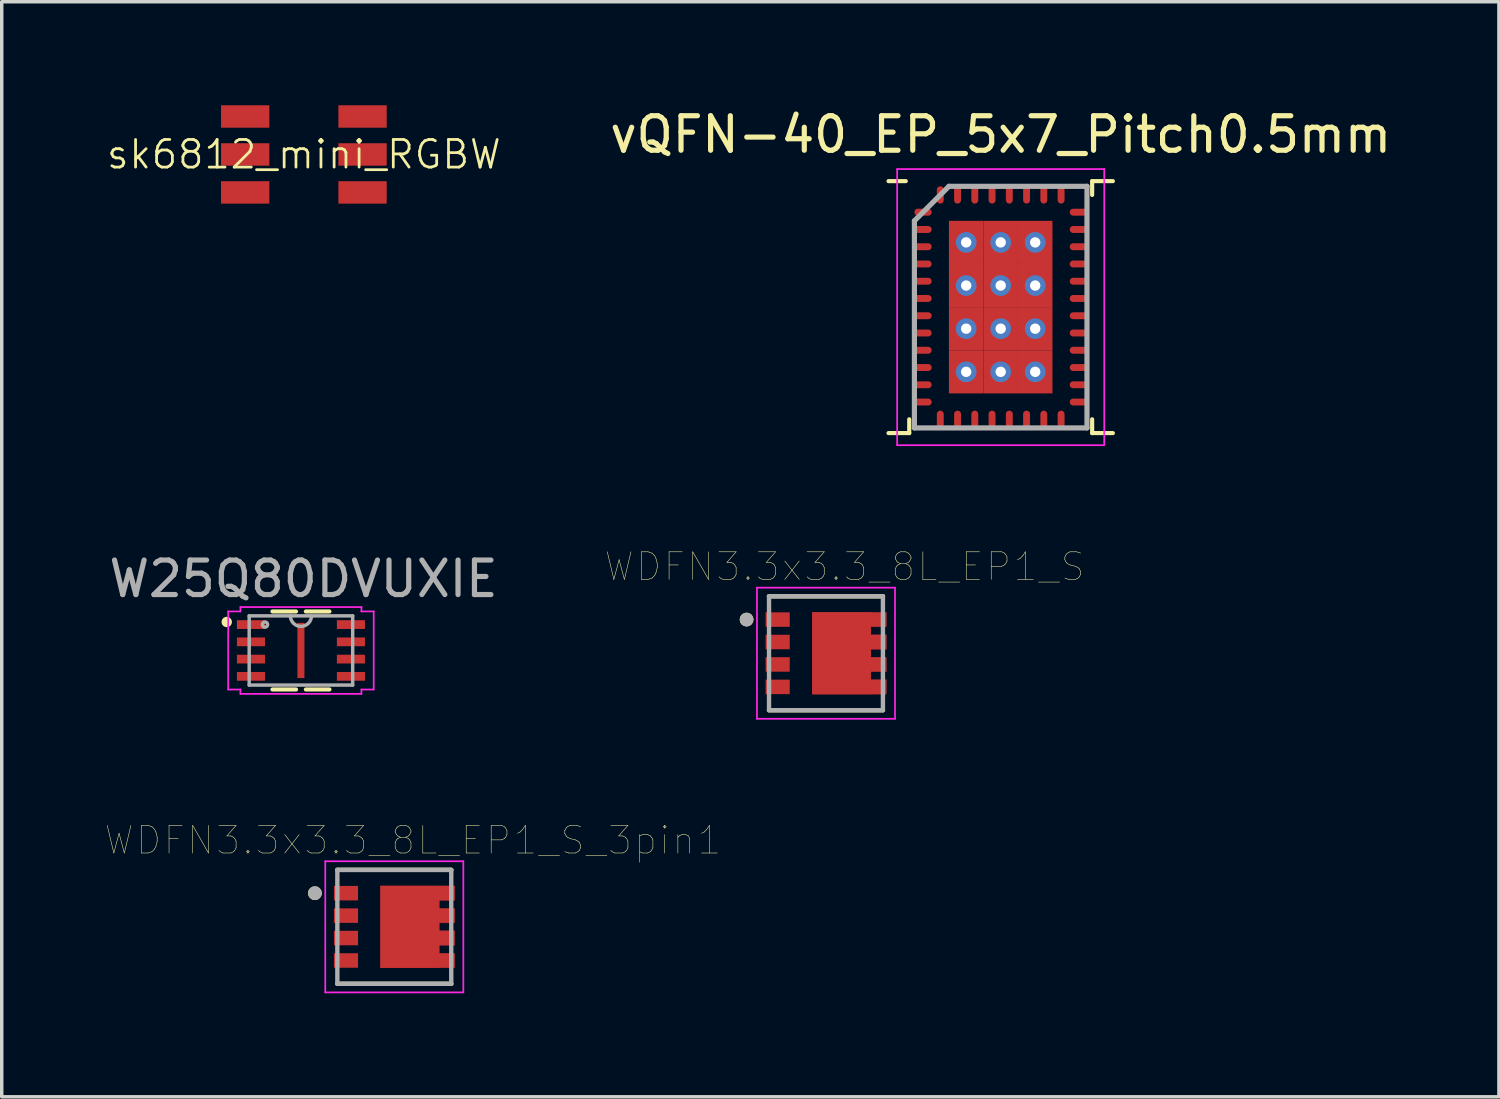
<source format=kicad_pcb>
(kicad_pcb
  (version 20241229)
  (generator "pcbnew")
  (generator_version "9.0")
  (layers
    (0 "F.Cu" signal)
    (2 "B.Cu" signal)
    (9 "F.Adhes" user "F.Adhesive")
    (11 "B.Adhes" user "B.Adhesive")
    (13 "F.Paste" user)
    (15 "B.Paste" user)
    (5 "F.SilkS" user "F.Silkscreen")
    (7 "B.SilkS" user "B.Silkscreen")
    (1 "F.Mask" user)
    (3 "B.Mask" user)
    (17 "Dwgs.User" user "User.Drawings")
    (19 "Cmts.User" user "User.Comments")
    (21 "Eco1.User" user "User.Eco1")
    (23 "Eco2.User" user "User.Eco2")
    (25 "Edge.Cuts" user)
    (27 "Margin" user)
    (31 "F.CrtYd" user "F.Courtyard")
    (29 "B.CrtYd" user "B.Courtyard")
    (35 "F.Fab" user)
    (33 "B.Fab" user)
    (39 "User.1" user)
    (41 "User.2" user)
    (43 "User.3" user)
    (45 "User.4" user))
  (footprint "WDFN3.3x3.3_8L_EP1_S_3pin1"
    (layer "F.Cu")
    (at 8.374 23.803)
    (property "Reference" "WDFN3.3x3.3_8L_EP1_S_3pin1" (at 0.54 -2.508 0) (layer "F.SilkS") (effects (font (size 0.8 0.8) (thickness 0.015))))
    (attr smd)
    (fp_poly (pts (xy -0.4 -1.185) (xy 1.75 -1.185) (xy 1.75 -0.765) (xy 1.3 -0.765) (xy 1.3 -0.535) (xy 1.75 -0.535) (xy 1.75 -0.115) (xy 1.3 -0.115) (xy 1.3 0.115) (xy 1.75 0.115) (xy 1.75 0.535) (xy 1.3 0.535) (xy 1.3 0.765) (xy 1.75 0.765) (xy 1.75 1.185) (xy -0.4 1.185)) (stroke (width 0.01) (type solid)) (fill yes) (layer "F.Cu"))
    (fp_poly (pts (xy -0.5 -1.285) (xy 1.85 -1.285) (xy 1.85 -0.665) (xy 1.4 -0.665) (xy 1.4 -0.635) (xy 1.85 -0.635) (xy 1.85 -0.015) (xy 1.4 -0.015) (xy 1.4 0.015) (xy 1.85 0.015) (xy 1.85 0.635) (xy 1.4 0.635) (xy 1.4 0.665) (xy 1.85 0.665) (xy 1.85 1.285) (xy -0.5 1.285)) (stroke (width 0.01) (type solid)) (fill yes) (layer "F.Mask"))
    (fp_line (start -1.65 -1.65) (end 1.65 -1.65) (stroke (width 0.127) (type solid)) (layer "F.SilkS"))
    (fp_line (start 1.65 1.65) (end -1.65 1.65) (stroke (width 0.127) (type solid)) (layer "F.SilkS"))
    (fp_circle (center -2.3 -0.975) (end -2.2 -0.975) (stroke (width 0.2) (type solid)) (fill no) (layer "F.SilkS"))
    (fp_poly (pts (xy -0.085 0.745) (xy -0.085 -0.745) (xy 0.985 -0.745) (xy 0.985 0.745)) (stroke (width 0.01) (type solid)) (fill yes) (layer "F.Paste"))
    (fp_poly (pts (xy 1.75 -1.185) (xy 1.75 -0.765) (xy 1.31 -0.765) (xy 1.31 -1.185)) (stroke (width 0.01) (type solid)) (fill yes) (layer "F.Paste"))
    (fp_poly (pts (xy 1.75 -0.535) (xy 1.75 -0.115) (xy 1.31 -0.115) (xy 1.31 -0.535)) (stroke (width 0.01) (type solid)) (fill yes) (layer "F.Paste"))
    (fp_poly (pts (xy 1.75 0.115) (xy 1.75 0.535) (xy 1.31 0.535) (xy 1.31 0.115)) (stroke (width 0.01) (type solid)) (fill yes) (layer "F.Paste"))
    (fp_poly (pts (xy 1.75 0.765) (xy 1.75 1.185) (xy 1.31 1.185) (xy 1.31 0.765)) (stroke (width 0.01) (type solid)) (fill yes) (layer "F.Paste"))
    (fp_line (start -2 -1.9) (end 2 -1.9) (stroke (width 0.05) (type solid)) (layer "F.CrtYd"))
    (fp_line (start -2 1.9) (end -2 -1.9) (stroke (width 0.05) (type solid)) (layer "F.CrtYd"))
    (fp_line (start 2 -1.9) (end 2 1.9) (stroke (width 0.05) (type solid)) (layer "F.CrtYd"))
    (fp_line (start 2 1.9) (end -2 1.9) (stroke (width 0.05) (type solid)) (layer "F.CrtYd"))
    (fp_line (start -1.65 -1.65) (end 1.65 -1.65) (stroke (width 0.127) (type solid)) (layer "F.Fab"))
    (fp_line (start -1.65 1.65) (end -1.65 -1.65) (stroke (width 0.127) (type solid)) (layer "F.Fab"))
    (fp_line (start 1.65 -1.65) (end 1.65 1.65) (stroke (width 0.127) (type solid)) (layer "F.Fab"))
    (fp_line (start 1.65 1.65) (end -1.65 1.65) (stroke (width 0.127) (type solid)) (layer "F.Fab"))
    (fp_circle (center -2.3 -0.975) (end -2.2 -0.975) (stroke (width 0.2) (type solid)) (fill no) (layer "F.Fab"))
    (pad "1" smd rect (at -1.4 -0.975) (size 0.7 0.42) (layers "F.Cu" "F.Mask" "F.Paste"))
    (pad "1" smd rect (at -1.4 -0.325) (size 0.7 0.42) (layers "F.Cu" "F.Mask" "F.Paste"))
    (pad "1" smd rect (at -1.4 0.325) (size 0.7 0.42) (layers "F.Cu" "F.Mask" "F.Paste"))
    (pad "2" smd rect (at -1.4 0.975) (size 0.7 0.42) (layers "F.Cu" "F.Mask" "F.Paste"))
    (pad "3" smd rect (at 0.45 0) (size 1.7 2.37) (layers "F.Cu")))
  (footprint "vQFN-40_EP_5x7_Pitch0.5mm"
    (layer "F.Cu")
    (at 25.943 5.848)
    (property "Reference" "vQFN-40_EP_5x7_Pitch0.5mm" (at 0 -5 0) (layer "F.SilkS") (effects (font (size 1 1) (thickness 0.15))))
    (attr smd)
    (fp_line (start -3.25 -3.65) (end -2.75 -3.65) (stroke (width 0.12) (type solid)) (layer "F.SilkS"))
    (fp_line (start -3.25 3.65) (end -2.65 3.65) (stroke (width 0.12) (type solid)) (layer "F.SilkS"))
    (fp_line (start -2.65 3.65) (end -2.65 3.25) (stroke (width 0.12) (type solid)) (layer "F.SilkS"))
    (fp_line (start 2.65 -3.65) (end 2.65 -3.25) (stroke (width 0.12) (type solid)) (layer "F.SilkS"))
    (fp_line (start 2.65 3.65) (end 2.65 3.25) (stroke (width 0.12) (type solid)) (layer "F.SilkS"))
    (fp_line (start 3.25 -3.65) (end 2.65 -3.65) (stroke (width 0.12) (type solid)) (layer "F.SilkS"))
    (fp_line (start 3.25 3.65) (end 2.65 3.65) (stroke (width 0.12) (type solid)) (layer "F.SilkS"))
    (fp_poly (pts (xy -0.23 -0.155) (xy -1.335 -0.155) (xy -1.335 -2.33) (xy -0.23 -2.33)) (stroke (width 0.1) (type solid)) (fill yes) (layer "F.Paste"))
    (fp_poly (pts (xy -0.23 2.33) (xy -1.335 2.33) (xy -1.335 0.155) (xy -0.23 0.155)) (stroke (width 0.1) (type solid)) (fill yes) (layer "F.Paste"))
    (fp_poly (pts (xy 1.34 -0.155) (xy 0.235 -0.155) (xy 0.235 -2.33) (xy 1.34 -2.33)) (stroke (width 0.1) (type solid)) (fill yes) (layer "F.Paste"))
    (fp_poly (pts (xy 1.34 2.33) (xy 0.235 2.33) (xy 0.235 0.155) (xy 1.34 0.155)) (stroke (width 0.1) (type solid)) (fill yes) (layer "F.Paste"))
    (fp_line (start -3 -4) (end 3 -4) (stroke (width 0.05) (type solid)) (layer "F.CrtYd"))
    (fp_line (start -3 4) (end -3 -4) (stroke (width 0.05) (type solid)) (layer "F.CrtYd"))
    (fp_line (start 3 -4) (end 3 4) (stroke (width 0.05) (type solid)) (layer "F.CrtYd"))
    (fp_line (start 3 4) (end -3 4) (stroke (width 0.05) (type solid)) (layer "F.CrtYd"))
    (fp_line (start -2.5 -2.5) (end -2.5 3.5) (stroke (width 0.15) (type solid)) (layer "F.Fab"))
    (fp_line (start -2.5 3.5) (end 2.5 3.5) (stroke (width 0.15) (type solid)) (layer "F.Fab"))
    (fp_line (start -1.5 -3.5) (end -2.5 -2.5) (stroke (width 0.15) (type solid)) (layer "F.Fab"))
    (fp_line (start 2.5 -3.5) (end -1.5 -3.5) (stroke (width 0.15) (type solid)) (layer "F.Fab"))
    (fp_line (start 2.5 3.5) (end 2.5 -3.5) (stroke (width 0.15) (type solid)) (layer "F.Fab"))
    (pad "1" smd oval (at -2.25 -2.75 90) (size 0.2 0.5) (layers "F.Cu" "F.Mask" "F.Paste"))
    (pad "2" smd oval (at -2.25 -2.25 90) (size 0.2 0.5) (layers "F.Cu" "F.Mask" "F.Paste"))
    (pad "3" smd oval (at -2.25 -1.75 90) (size 0.2 0.5) (layers "F.Cu" "F.Mask" "F.Paste"))
    (pad "4" smd oval (at -2.25 -1.25 90) (size 0.2 0.5) (layers "F.Cu" "F.Mask" "F.Paste"))
    (pad "5" smd oval (at -2.25 -0.75 90) (size 0.2 0.5) (layers "F.Cu" "F.Mask" "F.Paste"))
    (pad "6" smd oval (at -2.25 -0.25 90) (size 0.2 0.5) (layers "F.Cu" "F.Mask" "F.Paste"))
    (pad "7" smd oval (at -2.25 0.25 90) (size 0.2 0.5) (layers "F.Cu" "F.Mask" "F.Paste"))
    (pad "8" smd oval (at -2.25 0.75 90) (size 0.2 0.5) (layers "F.Cu" "F.Mask" "F.Paste"))
    (pad "9" smd oval (at -2.25 1.25 90) (size 0.2 0.5) (layers "F.Cu" "F.Mask" "F.Paste"))
    (pad "10" smd oval (at -2.25 1.75 90) (size 0.2 0.5) (layers "F.Cu" "F.Mask" "F.Paste"))
    (pad "11" smd oval (at -2.25 2.25 90) (size 0.2 0.5) (layers "F.Cu" "F.Mask" "F.Paste"))
    (pad "12" smd oval (at -2.25 2.75 90) (size 0.2 0.5) (layers "F.Cu" "F.Mask" "F.Paste"))
    (pad "13" smd oval (at -1.75 3.25) (size 0.2 0.5) (layers "F.Cu" "F.Mask" "F.Paste"))
    (pad "14" smd oval (at -1.25 3.25) (size 0.2 0.5) (layers "F.Cu" "F.Mask" "F.Paste"))
    (pad "15" smd oval (at -0.75 3.25) (size 0.2 0.5) (layers "F.Cu" "F.Mask" "F.Paste"))
    (pad "16" smd oval (at -0.25 3.25) (size 0.2 0.5) (layers "F.Cu" "F.Mask" "F.Paste"))
    (pad "17" smd oval (at 0.25 3.25) (size 0.2 0.5) (layers "F.Cu" "F.Mask" "F.Paste"))
    (pad "18" smd oval (at 0.75 3.25) (size 0.2 0.5) (layers "F.Cu" "F.Mask" "F.Paste"))
    (pad "19" smd oval (at 1.25 3.25) (size 0.2 0.5) (layers "F.Cu" "F.Mask" "F.Paste"))
    (pad "20" smd oval (at 1.75 3.25) (size 0.2 0.5) (layers "F.Cu" "F.Mask" "F.Paste"))
    (pad "21" smd oval (at 2.25 2.75 90) (size 0.2 0.5) (layers "F.Cu" "F.Mask" "F.Paste"))
    (pad "22" smd oval (at 2.25 2.25 90) (size 0.2 0.5) (layers "F.Cu" "F.Mask" "F.Paste"))
    (pad "23" smd oval (at 2.25 1.75 90) (size 0.2 0.5) (layers "F.Cu" "F.Mask" "F.Paste"))
    (pad "24" smd oval (at 2.25 1.25 90) (size 0.2 0.5) (layers "F.Cu" "F.Mask" "F.Paste"))
    (pad "25" smd oval (at 2.25 0.75 90) (size 0.2 0.5) (layers "F.Cu" "F.Mask" "F.Paste"))
    (pad "26" smd oval (at 2.25 0.25 90) (size 0.2 0.5) (layers "F.Cu" "F.Mask" "F.Paste"))
    (pad "27" smd oval (at 2.25 -0.25 90) (size 0.2 0.5) (layers "F.Cu" "F.Mask" "F.Paste"))
    (pad "28" smd oval (at 2.25 -0.75 90) (size 0.2 0.5) (layers "F.Cu" "F.Mask" "F.Paste"))
    (pad "29" smd oval (at 2.25 -1.25 90) (size 0.2 0.5) (layers "F.Cu" "F.Mask" "F.Paste"))
    (pad "30" smd oval (at 2.25 -1.75 90) (size 0.2 0.5) (layers "F.Cu" "F.Mask" "F.Paste"))
    (pad "31" smd oval (at 2.25 -2.25 90) (size 0.2 0.5) (layers "F.Cu" "F.Mask" "F.Paste"))
    (pad "32" smd oval (at 2.25 -2.75 90) (size 0.2 0.5) (layers "F.Cu" "F.Mask" "F.Paste"))
    (pad "33" smd oval (at 1.75 -3.25) (size 0.2 0.5) (layers "F.Cu" "F.Mask" "F.Paste"))
    (pad "34" smd oval (at 1.25 -3.25) (size 0.2 0.5) (layers "F.Cu" "F.Mask" "F.Paste"))
    (pad "35" smd oval (at 0.75 -3.25) (size 0.2 0.5) (layers "F.Cu" "F.Mask" "F.Paste"))
    (pad "36" smd oval (at 0.25 -3.25) (size 0.2 0.5) (layers "F.Cu" "F.Mask" "F.Paste"))
    (pad "37" smd oval (at -0.25 -3.25) (size 0.2 0.5) (layers "F.Cu" "F.Mask" "F.Paste"))
    (pad "38" smd oval (at -0.75 -3.25) (size 0.2 0.5) (layers "F.Cu" "F.Mask" "F.Paste"))
    (pad "39" smd oval (at -1.25 -3.25) (size 0.2 0.5) (layers "F.Cu" "F.Mask" "F.Paste"))
    (pad "40" smd oval (at -1.75 -3.25) (size 0.2 0.5) (layers "F.Cu" "F.Mask" "F.Paste"))
    (pad "EPAD" thru_hole circle (at -1 -1.875) (size 0.6 0.6) (drill 0.3) (layers "*.Cu" "*.Mask"))
    (pad "EPAD" smd rect (at -1 -1.875) (size 1 1.25) (layers "F.Cu" "F.Mask" "F.Paste"))
    (pad "EPAD" thru_hole circle (at -1 -0.625) (size 0.6 0.6) (drill 0.3) (layers "*.Cu" "*.Mask"))
    (pad "EPAD" smd rect (at -1 -0.625) (size 1 1.25) (layers "F.Cu" "F.Mask" "F.Paste"))
    (pad "EPAD" thru_hole circle (at -1 0.625) (size 0.6 0.6) (drill 0.3) (layers "*.Cu" "*.Mask"))
    (pad "EPAD" smd rect (at -1 0.625) (size 1 1.25) (layers "F.Cu" "F.Mask" "F.Paste"))
    (pad "EPAD" thru_hole circle (at -1 1.875) (size 0.6 0.6) (drill 0.3) (layers "*.Cu" "*.Mask"))
    (pad "EPAD" smd rect (at -1 1.875) (size 1 1.25) (layers "F.Cu" "F.Mask" "F.Paste"))
    (pad "EPAD" thru_hole circle (at 0 -1.875) (size 0.6 0.6) (drill 0.3) (layers "*.Cu" "*.Mask"))
    (pad "EPAD" smd rect (at 0 -1.875) (size 1 1.25) (layers "F.Cu" "F.Mask" "F.Paste"))
    (pad "EPAD" thru_hole circle (at 0 -0.625) (size 0.6 0.6) (drill 0.3) (layers "*.Cu" "*.Mask"))
    (pad "EPAD" smd rect (at 0 -0.625) (size 1 1.25) (layers "F.Cu" "F.Mask" "F.Paste"))
    (pad "EPAD" thru_hole circle (at 0 0.625) (size 0.6 0.6) (drill 0.3) (layers "*.Cu" "*.Mask"))
    (pad "EPAD" smd rect (at 0 0.625) (size 1 1.25) (layers "F.Cu" "F.Mask" "F.Paste"))
    (pad "EPAD" thru_hole circle (at 0 1.875) (size 0.6 0.6) (drill 0.3) (layers "*.Cu" "*.Mask"))
    (pad "EPAD" smd rect (at 0 1.875) (size 1 1.25) (layers "F.Cu" "F.Mask" "F.Paste"))
    (pad "EPAD" thru_hole circle (at 1 -1.875) (size 0.6 0.6) (drill 0.3) (layers "*.Cu" "*.Mask"))
    (pad "EPAD" smd rect (at 1 -1.875) (size 1 1.25) (layers "F.Cu" "F.Mask" "F.Paste"))
    (pad "EPAD" thru_hole circle (at 1 -0.625) (size 0.6 0.6) (drill 0.3) (layers "*.Cu" "*.Mask"))
    (pad "EPAD" smd rect (at 1 -0.625) (size 1 1.25) (layers "F.Cu" "F.Mask" "F.Paste"))
    (pad "EPAD" thru_hole circle (at 1 0.625) (size 0.6 0.6) (drill 0.3) (layers "*.Cu" "*.Mask"))
    (pad "EPAD" smd rect (at 1 0.625) (size 1 1.25) (layers "F.Cu" "F.Mask" "F.Paste"))
    (pad "EPAD" thru_hole circle (at 1 1.875) (size 0.6 0.6) (drill 0.3) (layers "*.Cu" "*.Mask"))
    (pad "EPAD" smd rect (at 1 1.875) (size 1 1.25) (layers "F.Cu" "F.Mask" "F.Paste")))
  (footprint "WDFN3.3x3.3_8L_EP1_S"
    (layer "F.Cu")
    (at 20.881 15.876)
    (property "Reference" "WDFN3.3x3.3_8L_EP1_S" (at 0.54 -2.508 0) (layer "F.SilkS") (effects (font (size 0.8 0.8) (thickness 0.015))))
    (attr smd)
    (fp_poly (pts (xy -0.4 -1.185) (xy 1.75 -1.185) (xy 1.75 -0.765) (xy 1.3 -0.765) (xy 1.3 -0.535) (xy 1.75 -0.535) (xy 1.75 -0.115) (xy 1.3 -0.115) (xy 1.3 0.115) (xy 1.75 0.115) (xy 1.75 0.535) (xy 1.3 0.535) (xy 1.3 0.765) (xy 1.75 0.765) (xy 1.75 1.185) (xy -0.4 1.185)) (stroke (width 0.01) (type solid)) (fill yes) (layer "F.Cu"))
    (fp_poly (pts (xy -0.5 -1.285) (xy 1.85 -1.285) (xy 1.85 -0.665) (xy 1.4 -0.665) (xy 1.4 -0.635) (xy 1.85 -0.635) (xy 1.85 -0.015) (xy 1.4 -0.015) (xy 1.4 0.015) (xy 1.85 0.015) (xy 1.85 0.635) (xy 1.4 0.635) (xy 1.4 0.665) (xy 1.85 0.665) (xy 1.85 1.285) (xy -0.5 1.285)) (stroke (width 0.01) (type solid)) (fill yes) (layer "F.Mask"))
    (fp_line (start -1.65 -1.65) (end 1.65 -1.65) (stroke (width 0.127) (type solid)) (layer "F.SilkS"))
    (fp_line (start 1.65 1.65) (end -1.65 1.65) (stroke (width 0.127) (type solid)) (layer "F.SilkS"))
    (fp_circle (center -2.3 -0.975) (end -2.2 -0.975) (stroke (width 0.2) (type solid)) (fill no) (layer "F.SilkS"))
    (fp_poly (pts (xy -0.085 0.745) (xy -0.085 -0.745) (xy 0.985 -0.745) (xy 0.985 0.745)) (stroke (width 0.01) (type solid)) (fill yes) (layer "F.Paste"))
    (fp_poly (pts (xy 1.75 -1.185) (xy 1.75 -0.765) (xy 1.31 -0.765) (xy 1.31 -1.185)) (stroke (width 0.01) (type solid)) (fill yes) (layer "F.Paste"))
    (fp_poly (pts (xy 1.75 -0.535) (xy 1.75 -0.115) (xy 1.31 -0.115) (xy 1.31 -0.535)) (stroke (width 0.01) (type solid)) (fill yes) (layer "F.Paste"))
    (fp_poly (pts (xy 1.75 0.115) (xy 1.75 0.535) (xy 1.31 0.535) (xy 1.31 0.115)) (stroke (width 0.01) (type solid)) (fill yes) (layer "F.Paste"))
    (fp_poly (pts (xy 1.75 0.765) (xy 1.75 1.185) (xy 1.31 1.185) (xy 1.31 0.765)) (stroke (width 0.01) (type solid)) (fill yes) (layer "F.Paste"))
    (fp_line (start -2 -1.9) (end 2 -1.9) (stroke (width 0.05) (type solid)) (layer "F.CrtYd"))
    (fp_line (start -2 1.9) (end -2 -1.9) (stroke (width 0.05) (type solid)) (layer "F.CrtYd"))
    (fp_line (start 2 -1.9) (end 2 1.9) (stroke (width 0.05) (type solid)) (layer "F.CrtYd"))
    (fp_line (start 2 1.9) (end -2 1.9) (stroke (width 0.05) (type solid)) (layer "F.CrtYd"))
    (fp_line (start -1.65 -1.65) (end 1.65 -1.65) (stroke (width 0.127) (type solid)) (layer "F.Fab"))
    (fp_line (start -1.65 1.65) (end -1.65 -1.65) (stroke (width 0.127) (type solid)) (layer "F.Fab"))
    (fp_line (start 1.65 -1.65) (end 1.65 1.65) (stroke (width 0.127) (type solid)) (layer "F.Fab"))
    (fp_line (start 1.65 1.65) (end -1.65 1.65) (stroke (width 0.127) (type solid)) (layer "F.Fab"))
    (fp_circle (center -2.3 -0.975) (end -2.2 -0.975) (stroke (width 0.2) (type solid)) (fill no) (layer "F.Fab"))
    (pad "1" smd rect (at -1.4 -0.975) (size 0.7 0.42) (layers "F.Cu" "F.Mask" "F.Paste"))
    (pad "2" smd rect (at -1.4 -0.325) (size 0.7 0.42) (layers "F.Cu" "F.Mask" "F.Paste"))
    (pad "3" smd rect (at -1.4 0.325) (size 0.7 0.42) (layers "F.Cu" "F.Mask" "F.Paste"))
    (pad "4" smd rect (at -1.4 0.975) (size 0.7 0.42) (layers "F.Cu" "F.Mask" "F.Paste"))
    (pad "5" smd rect (at 0.45 0) (size 1.7 2.37) (layers "F.Cu")))
  (footprint "W25Q80DVUXIE"
    (layer "F.Cu")
    (at 5.669 15.796)
    (property "Reference" "W25Q80DVUXIE" (at 0.075 -2.075 0) (layer "F.Fab") (effects (font (size 1 1) (thickness 0.15))))
    (attr through_hole)
    (fp_line (start -0.825 1.13) (end -0.143 1.13) (stroke (width 0.12) (type solid)) (layer "F.SilkS"))
    (fp_line (start -0.143 -1.13) (end -0.825 -1.13) (stroke (width 0.12) (type solid)) (layer "F.SilkS"))
    (fp_line (start 0.143 1.13) (end 0.825 1.13) (stroke (width 0.12) (type solid)) (layer "F.SilkS"))
    (fp_line (start 0.825 -1.13) (end 0.143 -1.13) (stroke (width 0.12) (type solid)) (layer "F.SilkS"))
    (fp_circle (center -2.15 -0.825) (end -2.06 -0.825) (stroke (width 0.12) (type solid)) (fill yes) (layer "F.SilkS"))
    (fp_line (start -2.108 -1.131) (end -1.753 -1.131) (stroke (width 0.05) (type solid)) (layer "F.CrtYd"))
    (fp_line (start -2.108 1.131) (end -2.108 -1.131) (stroke (width 0.05) (type solid)) (layer "F.CrtYd"))
    (fp_line (start -2.108 1.131) (end -1.753 1.131) (stroke (width 0.05) (type solid)) (layer "F.CrtYd"))
    (fp_line (start -1.753 -1.257) (end 1.753 -1.257) (stroke (width 0.05) (type solid)) (layer "F.CrtYd"))
    (fp_line (start -1.753 -1.131) (end -1.753 -1.257) (stroke (width 0.05) (type solid)) (layer "F.CrtYd"))
    (fp_line (start -1.753 1.257) (end -1.753 1.131) (stroke (width 0.05) (type solid)) (layer "F.CrtYd"))
    (fp_line (start 1.753 -1.257) (end 1.753 -1.131) (stroke (width 0.05) (type solid)) (layer "F.CrtYd"))
    (fp_line (start 1.753 1.131) (end 1.753 1.257) (stroke (width 0.05) (type solid)) (layer "F.CrtYd"))
    (fp_line (start 1.753 1.257) (end -1.753 1.257) (stroke (width 0.05) (type solid)) (layer "F.CrtYd"))
    (fp_line (start 2.108 -1.131) (end 1.753 -1.131) (stroke (width 0.05) (type solid)) (layer "F.CrtYd"))
    (fp_line (start 2.108 -1.131) (end 2.108 1.131) (stroke (width 0.05) (type solid)) (layer "F.CrtYd"))
    (fp_line (start 2.108 1.131) (end 1.753 1.131) (stroke (width 0.05) (type solid)) (layer "F.CrtYd"))
    (fp_line (start -1.499 -1.003) (end -1.499 1.003) (stroke (width 0.1) (type solid)) (layer "F.Fab"))
    (fp_line (start -1.499 1.003) (end 1.499 1.003) (stroke (width 0.1) (type solid)) (layer "F.Fab"))
    (fp_line (start 1.499 -1.003) (end -1.499 -1.003) (stroke (width 0.1) (type solid)) (layer "F.Fab"))
    (fp_line (start 1.499 1.003) (end 1.499 -1.003) (stroke (width 0.1) (type solid)) (layer "F.Fab"))
    (fp_arc (start 0.3048 -1.0033) (mid 0 -0.6985) (end -0.3048 -1.0033) (stroke (width 0.1) (type solid)) (layer "F.Fab"))
    (fp_circle (center -1.041 -0.75) (end -0.965 -0.75) (stroke (width 0.1) (type solid)) (fill no) (layer "F.Fab"))
    (pad "1" smd rect (at -1.448 -0.75) (size 0.813 0.254) (layers "F.Cu" "F.Mask" "F.Paste"))
    (pad "2" smd rect (at -1.448 -0.25) (size 0.813 0.254) (layers "F.Cu" "F.Mask" "F.Paste"))
    (pad "3" smd rect (at -1.448 0.25) (size 0.813 0.254) (layers "F.Cu" "F.Mask" "F.Paste"))
    (pad "4" smd rect (at -1.448 0.75) (size 0.813 0.254) (layers "F.Cu" "F.Mask" "F.Paste"))
    (pad "5" smd rect (at 1.448 0.75) (size 0.813 0.254) (layers "F.Cu" "F.Mask" "F.Paste"))
    (pad "6" smd rect (at 1.448 0.25) (size 0.813 0.254) (layers "F.Cu" "F.Mask" "F.Paste"))
    (pad "7" smd rect (at 1.448 -0.25) (size 0.813 0.254) (layers "F.Cu" "F.Mask" "F.Paste"))
    (pad "8" smd rect (at 1.448 -0.75) (size 0.813 0.254) (layers "F.Cu" "F.Mask" "F.Paste"))
    (pad "9" smd rect (at 0 0) (size 0.203 1.6) (layers "F.Cu" "F.Mask" "F.Paste")))
  (footprint "sk6812_mini_RGBW"
    (layer "F.Cu")
    (at 5.754 1.425)
    (property "Reference" "sk6812_mini_RGBW" (at 0 0 0) (layer "F.SilkS") (effects (font (size 0.8 0.8) (thickness 0.08))))
    (attr smd)
    (pad "1" smd rect (at -1.7 -1.1) (size 1.4 0.65) (layers "F.Cu" "F.Mask" "F.Paste"))
    (pad "2" smd rect (at -1.7 0) (size 1.4 0.65) (layers "F.Cu" "F.Mask" "F.Paste"))
    (pad "3" smd rect (at -1.7 1.1) (size 1.4 0.65) (layers "F.Cu" "F.Mask" "F.Paste"))
    (pad "4" smd rect (at 1.7 1.1) (size 1.4 0.65) (layers "F.Cu" "F.Mask" "F.Paste"))
    (pad "5" smd rect (at 1.7 0) (size 1.4 0.65) (layers "F.Cu" "F.Mask" "F.Paste"))
    (pad "6" smd rect (at 1.7 -1.1) (size 1.4 0.65) (layers "F.Cu" "F.Mask" "F.Paste")))
  (gr_rect
    (start -3 -3)
    (end 40.378 28.728)
    (stroke (width 0.1) (type default))
    (fill no)
    (layer "Edge.Cuts")))
</source>
